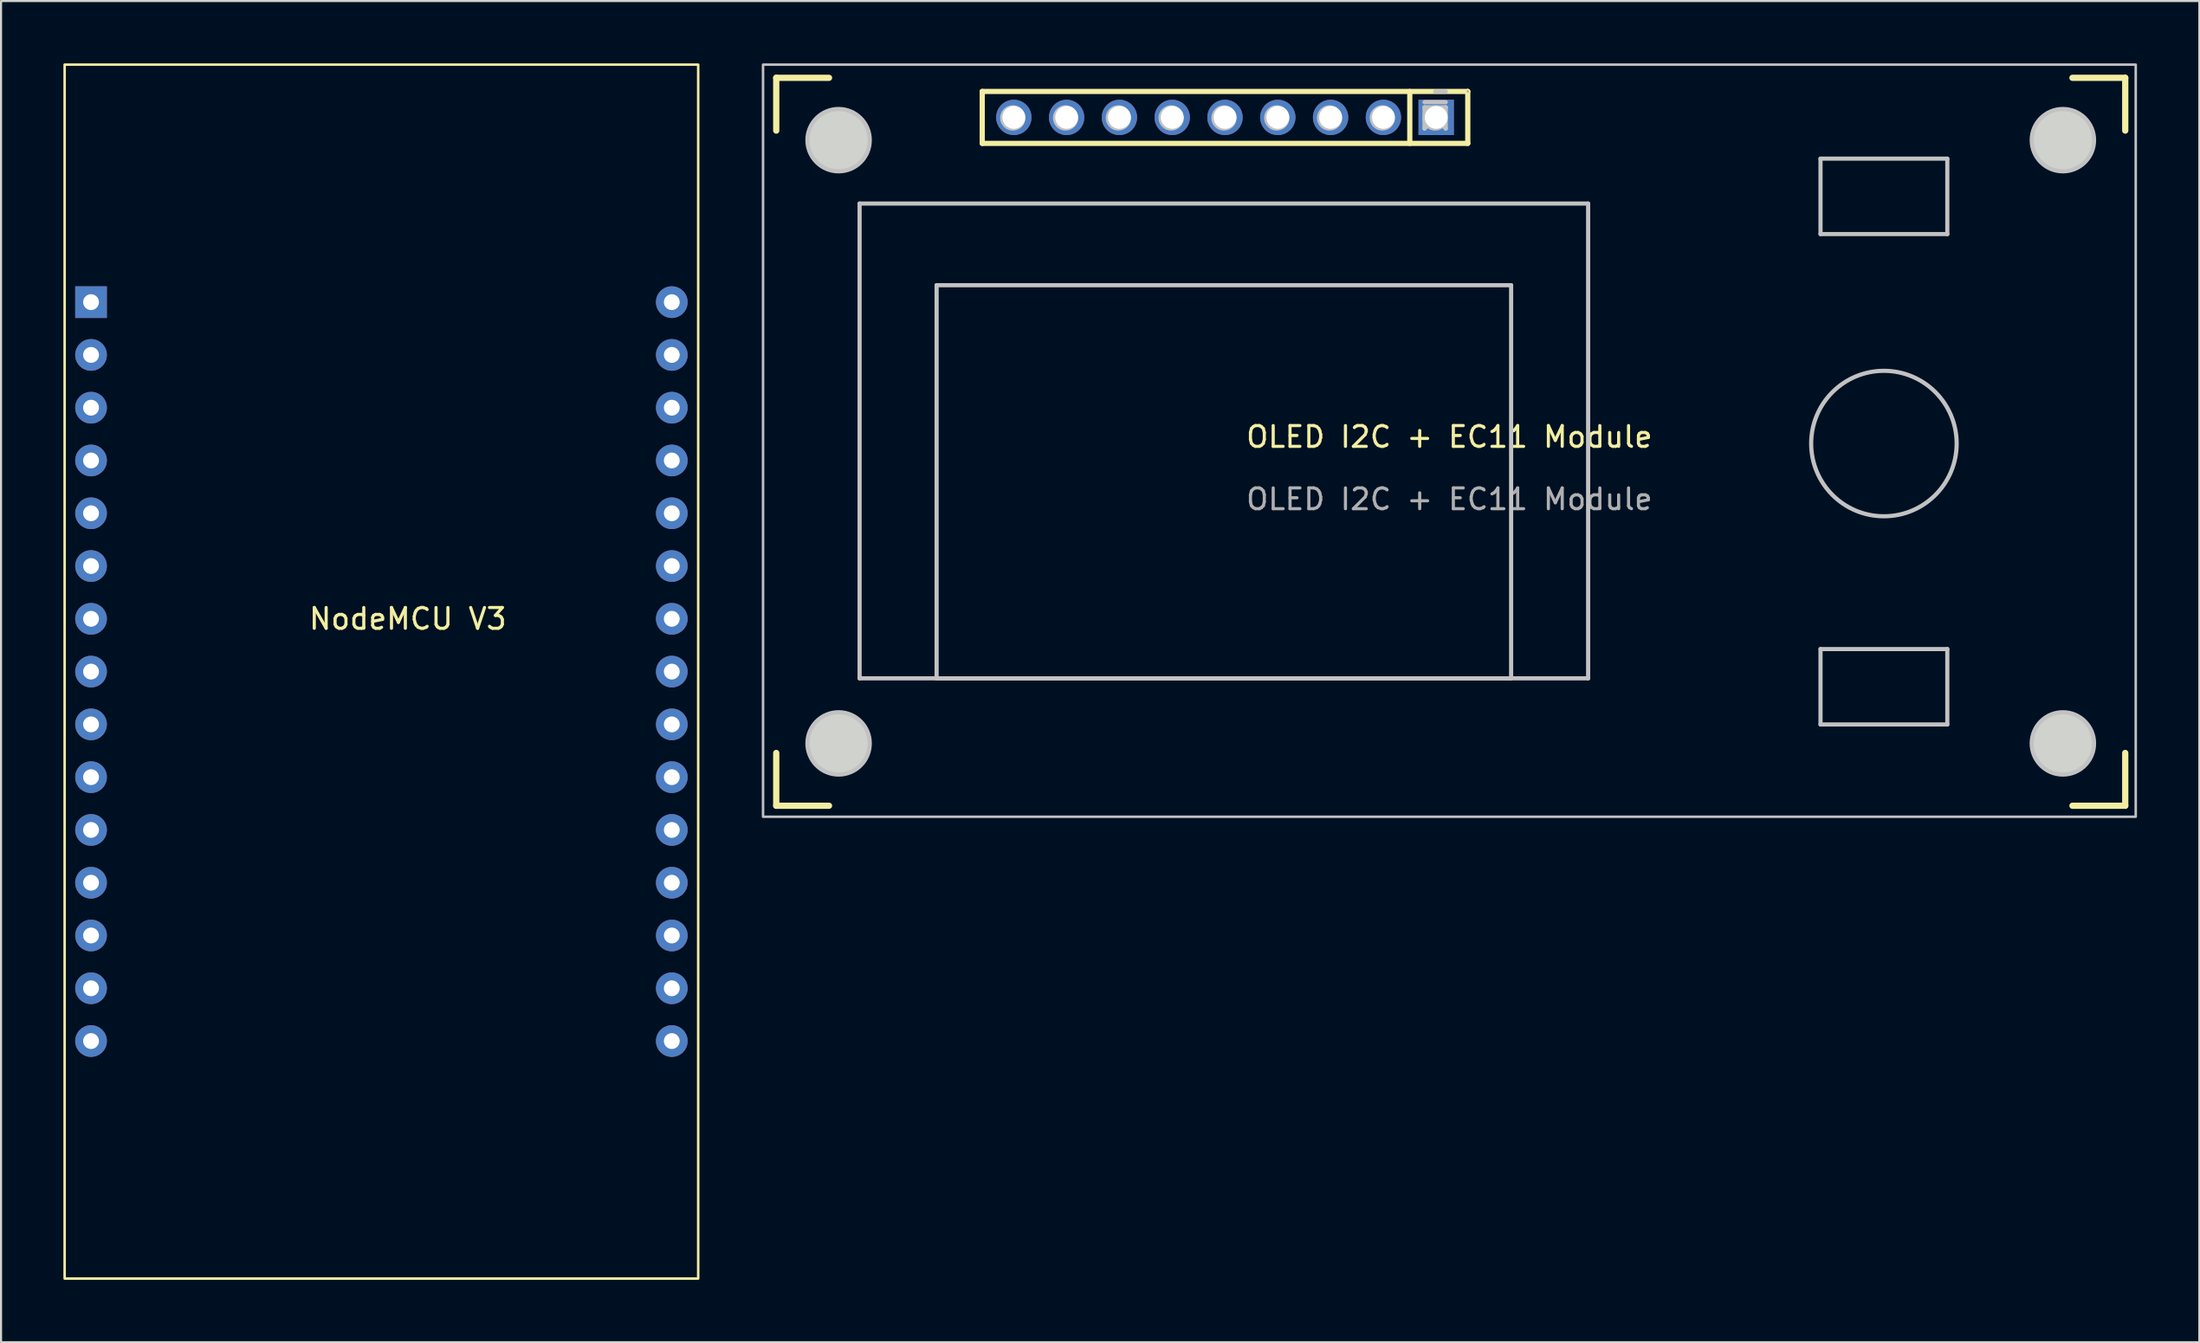
<source format=kicad_pcb>
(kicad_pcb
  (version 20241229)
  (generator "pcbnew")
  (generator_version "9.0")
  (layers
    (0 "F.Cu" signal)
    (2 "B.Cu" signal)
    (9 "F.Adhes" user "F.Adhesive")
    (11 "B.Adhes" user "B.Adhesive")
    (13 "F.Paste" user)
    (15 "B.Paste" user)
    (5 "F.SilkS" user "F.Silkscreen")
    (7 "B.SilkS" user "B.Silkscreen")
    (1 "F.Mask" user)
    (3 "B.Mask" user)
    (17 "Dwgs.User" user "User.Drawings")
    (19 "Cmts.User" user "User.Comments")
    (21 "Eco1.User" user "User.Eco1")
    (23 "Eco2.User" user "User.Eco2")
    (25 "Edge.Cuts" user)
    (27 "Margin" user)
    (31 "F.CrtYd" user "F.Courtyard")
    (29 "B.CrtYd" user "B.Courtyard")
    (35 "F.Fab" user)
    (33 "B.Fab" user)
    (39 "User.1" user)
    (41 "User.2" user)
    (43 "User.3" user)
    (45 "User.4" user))
  (footprint "OLED I2C + EC11 Module"
    (layer "F.Cu")
    (at 55.885 2.6)
    (property "Reference" "OLED I2C + EC11 Module" (at 10.795 15.375 0) (unlocked yes) (layer "F.SilkS") (effects (font (size 1 1) (thickness 0.15))))
    (attr through_hole)
    (fp_line (start -21.59 -1.905) (end -21.59 0.635) (stroke (width 0.3) (type default)) (layer "F.SilkS"))
    (fp_line (start -21.59 -1.905) (end -19.05 -1.905) (stroke (width 0.3) (type default)) (layer "F.SilkS"))
    (fp_line (start -21.59 30.585) (end -21.59 33.125) (stroke (width 0.3) (type default)) (layer "F.SilkS"))
    (fp_line (start -21.59 33.125) (end -19.05 33.125) (stroke (width 0.3) (type default)) (layer "F.SilkS"))
    (fp_line (start -11.68 -1.25) (end -11.68 1.25) (stroke (width 0.25) (type solid)) (layer "F.SilkS"))
    (fp_line (start -11.68 1.25) (end 11.68 1.25) (stroke (width 0.25) (type solid)) (layer "F.SilkS"))
    (fp_line (start 8.89 1.25) (end 8.89 -1.25) (stroke (width 0.25) (type solid)) (layer "F.SilkS"))
    (fp_line (start 11.68 -1.25) (end -11.68 -1.25) (stroke (width 0.25) (type solid)) (layer "F.SilkS"))
    (fp_line (start 11.68 1.25) (end 11.68 -1.25) (stroke (width 0.25) (type solid)) (layer "F.SilkS"))
    (fp_line (start 40.77 -1.905) (end 43.31 -1.905) (stroke (width 0.3) (type default)) (layer "F.SilkS"))
    (fp_line (start 40.77 33.125) (end 43.31 33.125) (stroke (width 0.3) (type default)) (layer "F.SilkS"))
    (fp_line (start 43.31 -1.905) (end 43.31 0.635) (stroke (width 0.3) (type default)) (layer "F.SilkS"))
    (fp_line (start 43.31 30.585) (end 43.31 33.125) (stroke (width 0.3) (type default)) (layer "F.SilkS"))
    (fp_line (start -17.58 4.145) (end -17.58 26.995) (stroke (width 0.2) (type default)) (layer "Dwgs.User"))
    (fp_line (start -17.58 4.145) (end 17.47 4.145) (stroke (width 0.2) (type default)) (layer "Dwgs.User"))
    (fp_line (start -17.58 26.995) (end 17.47 26.995) (stroke (width 0.2) (type default)) (layer "Dwgs.User"))
    (fp_line (start -13.875 8.075) (end -13.875 26.995) (stroke (width 0.2) (type default)) (layer "Dwgs.User"))
    (fp_line (start -13.875 8.075) (end 13.765 8.075) (stroke (width 0.2) (type default)) (layer "Dwgs.User"))
    (fp_line (start -13.875 26.995) (end 13.765 26.995) (stroke (width 0.2) (type default)) (layer "Dwgs.User"))
    (fp_line (start 9.6 -0.735) (end 10.62 -0.735) (stroke (width 0.2) (type default)) (layer "Dwgs.User"))
    (fp_line (start 9.6 -0.485) (end 9.6 0.535) (stroke (width 0.2) (type default)) (layer "Dwgs.User"))
    (fp_line (start 9.6 -0.485) (end 10.62 -0.485) (stroke (width 0.2) (type default)) (layer "Dwgs.User"))
    (fp_line (start 9.6 -0.485) (end 10.62 0.535) (stroke (width 0.2) (type default)) (layer "Dwgs.User"))
    (fp_line (start 9.6 0.535) (end 10.62 -0.485) (stroke (width 0.2) (type default)) (layer "Dwgs.User"))
    (fp_line (start 10.62 -1.245) (end 10.11 -1.245) (stroke (width 0.2) (type default)) (layer "Dwgs.User"))
    (fp_line (start 10.62 -0.485) (end 10.62 0.535) (stroke (width 0.2) (type default)) (layer "Dwgs.User"))
    (fp_line (start 13.765 8.075) (end 13.765 26.995) (stroke (width 0.2) (type default)) (layer "Dwgs.User"))
    (fp_line (start 17.47 4.145) (end 17.47 26.995) (stroke (width 0.2) (type default)) (layer "Dwgs.User"))
    (fp_line (start 28.65 1.985) (end 28.65 5.615) (stroke (width 0.2) (type default)) (layer "Dwgs.User"))
    (fp_line (start 28.65 1.985) (end 34.75 1.985) (stroke (width 0.2) (type default)) (layer "Dwgs.User"))
    (fp_line (start 28.65 5.615) (end 34.75 5.615) (stroke (width 0.2) (type default)) (layer "Dwgs.User"))
    (fp_line (start 28.65 25.585) (end 28.65 29.215) (stroke (width 0.2) (type default)) (layer "Dwgs.User"))
    (fp_line (start 28.65 25.585) (end 34.75 25.585) (stroke (width 0.2) (type default)) (layer "Dwgs.User"))
    (fp_line (start 28.65 29.215) (end 34.75 29.215) (stroke (width 0.2) (type default)) (layer "Dwgs.User"))
    (fp_line (start 34.75 1.985) (end 34.75 5.615) (stroke (width 0.2) (type default)) (layer "Dwgs.User"))
    (fp_line (start 34.75 25.585) (end 34.75 29.215) (stroke (width 0.2) (type default)) (layer "Dwgs.User"))
    (fp_rect (start -22.225 -2.54) (end 43.815 33.655) (stroke (width 0.12) (type default)) (fill no) (layer "Dwgs.User"))
    (fp_circle (center -18.59 1.095) (end -17.09 1.095) (stroke (width 0.2) (type default)) (fill no) (layer "Dwgs.User"))
    (fp_circle (center -18.59 30.125) (end -17.09 30.125) (stroke (width 0.2) (type default)) (fill no) (layer "Dwgs.User"))
    (fp_circle (center -10.21 0.025) (end -9.7 0.025) (stroke (width 0.2) (type default)) (fill no) (layer "Dwgs.User"))
    (fp_circle (center -7.67 0.025) (end -7.16 0.025) (stroke (width 0.2) (type default)) (fill no) (layer "Dwgs.User"))
    (fp_circle (center -5.13 0.025) (end -4.62 0.025) (stroke (width 0.2) (type default)) (fill no) (layer "Dwgs.User"))
    (fp_circle (center -2.59 0.025) (end -2.08 0.025) (stroke (width 0.2) (type default)) (fill no) (layer "Dwgs.User"))
    (fp_circle (center -0.05 0.025) (end 0.46 0.025) (stroke (width 0.2) (type default)) (fill no) (layer "Dwgs.User"))
    (fp_circle (center 2.49 0.025) (end 3 0.025) (stroke (width 0.2) (type default)) (fill no) (layer "Dwgs.User"))
    (fp_circle (center 5.03 0.025) (end 5.54 0.025) (stroke (width 0.2) (type default)) (fill no) (layer "Dwgs.User"))
    (fp_circle (center 7.57 0.025) (end 8.08 0.025) (stroke (width 0.2) (type default)) (fill no) (layer "Dwgs.User"))
    (fp_circle (center 10.11 0.025) (end 10.62 0.025) (stroke (width 0.2) (type default)) (fill no) (layer "Dwgs.User"))
    (fp_circle (center 31.7 15.695) (end 35.2 15.695) (stroke (width 0.2) (type default)) (fill no) (layer "Dwgs.User"))
    (fp_circle (center 40.31 1.095) (end 41.81 1.095) (stroke (width 0.2) (type default)) (fill no) (layer "Dwgs.User"))
    (fp_circle (center 40.31 30.125) (end 41.81 30.125) (stroke (width 0.2) (type default)) (fill no) (layer "Dwgs.User"))
    (fp_circle (center -18.59 1.095) (end -17.09 1.095) (stroke (width 0.12) (type solid)) (fill yes) (layer "Edge.Cuts"))
    (fp_circle (center -18.59 30.125) (end -17.09 30.125) (stroke (width 0.12) (type solid)) (fill yes) (layer "Edge.Cuts"))
    (fp_circle (center 40.31 1.085) (end 41.81 1.085) (stroke (width 0.12) (type solid)) (fill yes) (layer "Edge.Cuts"))
    (fp_circle (center 40.31 30.125) (end 41.81 30.125) (stroke (width 0.12) (type solid)) (fill yes) (layer "Edge.Cuts"))
    (fp_circle (center 11.68 -1.25) (end 11.65 -1.25) (stroke (width 0.06) (type solid)) (fill no) (layer "F.Fab"))
    (fp_text user "${REFERENCE}" (at 10.795 18.375 0) (unlocked yes) (layer "F.Fab") (effects (font (size 1 1) (thickness 0.15))))
    (pad "1" thru_hole rect (at 10.16 0 180) (size 1.7 1.7) (drill 1.1) (layers "*.Cu" "*.Mask"))
    (pad "2" thru_hole circle (at 7.62 0 180) (size 1.7 1.7) (drill 1.1) (layers "*.Cu" "*.Mask"))
    (pad "3" thru_hole circle (at 5.08 0 180) (size 1.7 1.7) (drill 1.1) (layers "*.Cu" "*.Mask"))
    (pad "4" thru_hole circle (at 2.54 0 180) (size 1.7 1.7) (drill 1.1) (layers "*.Cu" "*.Mask"))
    (pad "5" thru_hole circle (at 0 0 180) (size 1.7 1.7) (drill 1.1) (layers "*.Cu" "*.Mask"))
    (pad "6" thru_hole circle (at -2.54 0 180) (size 1.7 1.7) (drill 1.1) (layers "*.Cu" "*.Mask"))
    (pad "7" thru_hole circle (at -5.08 0 180) (size 1.7 1.7) (drill 1.1) (layers "*.Cu" "*.Mask"))
    (pad "8" thru_hole circle (at -7.62 0 180) (size 1.7 1.7) (drill 1.1) (layers "*.Cu" "*.Mask"))
    (pad "9" thru_hole circle (at -10.16 0 180) (size 1.7 1.7) (drill 1.1) (layers "*.Cu" "*.Mask")))
  (footprint "NodeMCU V3"
    (layer "F.Cu")
    (at 16.57 29.27)
    (property "Reference" "NodeMCU V3" (at 0 -2.54 0) (unlocked yes) (layer "F.SilkS") (effects (font (size 1 1) (thickness 0.15))))
    (attr through_hole)
    (fp_rect (start -16.51 -29.21) (end 13.97 29.21) (stroke (width 0.12) (type solid)) (fill no) (layer "F.SilkS"))
    (pad "1" thru_hole rect (at -15.24 -17.78) (size 1.524 1.524) (drill 0.762) (layers "*.Cu" "*.Mask"))
    (pad "2" thru_hole circle (at -15.24 -15.24) (size 1.524 1.524) (drill 0.762) (layers "*.Cu" "*.Mask"))
    (pad "3" thru_hole circle (at -15.24 -12.7) (size 1.524 1.524) (drill 0.762) (layers "*.Cu" "*.Mask"))
    (pad "4" thru_hole circle (at -15.24 -10.16) (size 1.524 1.524) (drill 0.762) (layers "*.Cu" "*.Mask"))
    (pad "5" thru_hole circle (at -15.24 -7.62) (size 1.524 1.524) (drill 0.762) (layers "*.Cu" "*.Mask"))
    (pad "6" thru_hole circle (at -15.24 -5.08) (size 1.524 1.524) (drill 0.762) (layers "*.Cu" "*.Mask"))
    (pad "7" thru_hole circle (at -15.24 -2.54) (size 1.524 1.524) (drill 0.762) (layers "*.Cu" "*.Mask"))
    (pad "8" thru_hole circle (at -15.24 0) (size 1.524 1.524) (drill 0.762) (layers "*.Cu" "*.Mask"))
    (pad "9" thru_hole circle (at -15.24 2.54) (size 1.524 1.524) (drill 0.762) (layers "*.Cu" "*.Mask"))
    (pad "10" thru_hole circle (at -15.24 5.08) (size 1.524 1.524) (drill 0.762) (layers "*.Cu" "*.Mask"))
    (pad "11" thru_hole circle (at -15.24 7.62) (size 1.524 1.524) (drill 0.762) (layers "*.Cu" "*.Mask"))
    (pad "12" thru_hole circle (at -15.24 10.16) (size 1.524 1.524) (drill 0.762) (layers "*.Cu" "*.Mask"))
    (pad "13" thru_hole circle (at -15.24 12.7) (size 1.524 1.524) (drill 0.762) (layers "*.Cu" "*.Mask"))
    (pad "14" thru_hole circle (at -15.24 15.24) (size 1.524 1.524) (drill 0.762) (layers "*.Cu" "*.Mask"))
    (pad "15" thru_hole circle (at -15.24 17.78) (size 1.524 1.524) (drill 0.762) (layers "*.Cu" "*.Mask"))
    (pad "16" thru_hole circle (at 12.7 17.78) (size 1.524 1.524) (drill 0.762) (layers "*.Cu" "*.Mask"))
    (pad "17" thru_hole circle (at 12.7 15.24) (size 1.524 1.524) (drill 0.762) (layers "*.Cu" "*.Mask"))
    (pad "18" thru_hole circle (at 12.7 12.7) (size 1.524 1.524) (drill 0.762) (layers "*.Cu" "*.Mask"))
    (pad "19" thru_hole circle (at 12.7 10.16) (size 1.524 1.524) (drill 0.762) (layers "*.Cu" "*.Mask"))
    (pad "20" thru_hole circle (at 12.7 7.62) (size 1.524 1.524) (drill 0.762) (layers "*.Cu" "*.Mask"))
    (pad "21" thru_hole circle (at 12.7 5.08) (size 1.524 1.524) (drill 0.762) (layers "*.Cu" "*.Mask"))
    (pad "22" thru_hole circle (at 12.7 2.54) (size 1.524 1.524) (drill 0.762) (layers "*.Cu" "*.Mask"))
    (pad "23" thru_hole circle (at 12.7 0) (size 1.524 1.524) (drill 0.762) (layers "*.Cu" "*.Mask"))
    (pad "24" thru_hole circle (at 12.7 -2.54) (size 1.524 1.524) (drill 0.762) (layers "*.Cu" "*.Mask"))
    (pad "25" thru_hole circle (at 12.7 -5.08) (size 1.524 1.524) (drill 0.762) (layers "*.Cu" "*.Mask"))
    (pad "26" thru_hole circle (at 12.7 -7.62) (size 1.524 1.524) (drill 0.762) (layers "*.Cu" "*.Mask"))
    (pad "27" thru_hole circle (at 12.7 -10.16) (size 1.524 1.524) (drill 0.762) (layers "*.Cu" "*.Mask"))
    (pad "28" thru_hole circle (at 12.7 -12.7) (size 1.524 1.524) (drill 0.762) (layers "*.Cu" "*.Mask"))
    (pad "29" thru_hole circle (at 12.7 -15.24) (size 1.524 1.524) (drill 0.762) (layers "*.Cu" "*.Mask"))
    (pad "30" thru_hole circle (at 12.7 -17.78) (size 1.524 1.524) (drill 0.762) (layers "*.Cu" "*.Mask")))
  (gr_rect
    (start -3 -3)
    (end 102.76 61.54)
    (stroke (width 0.1) (type default))
    (fill no)
    (layer "Edge.Cuts")))
</source>
